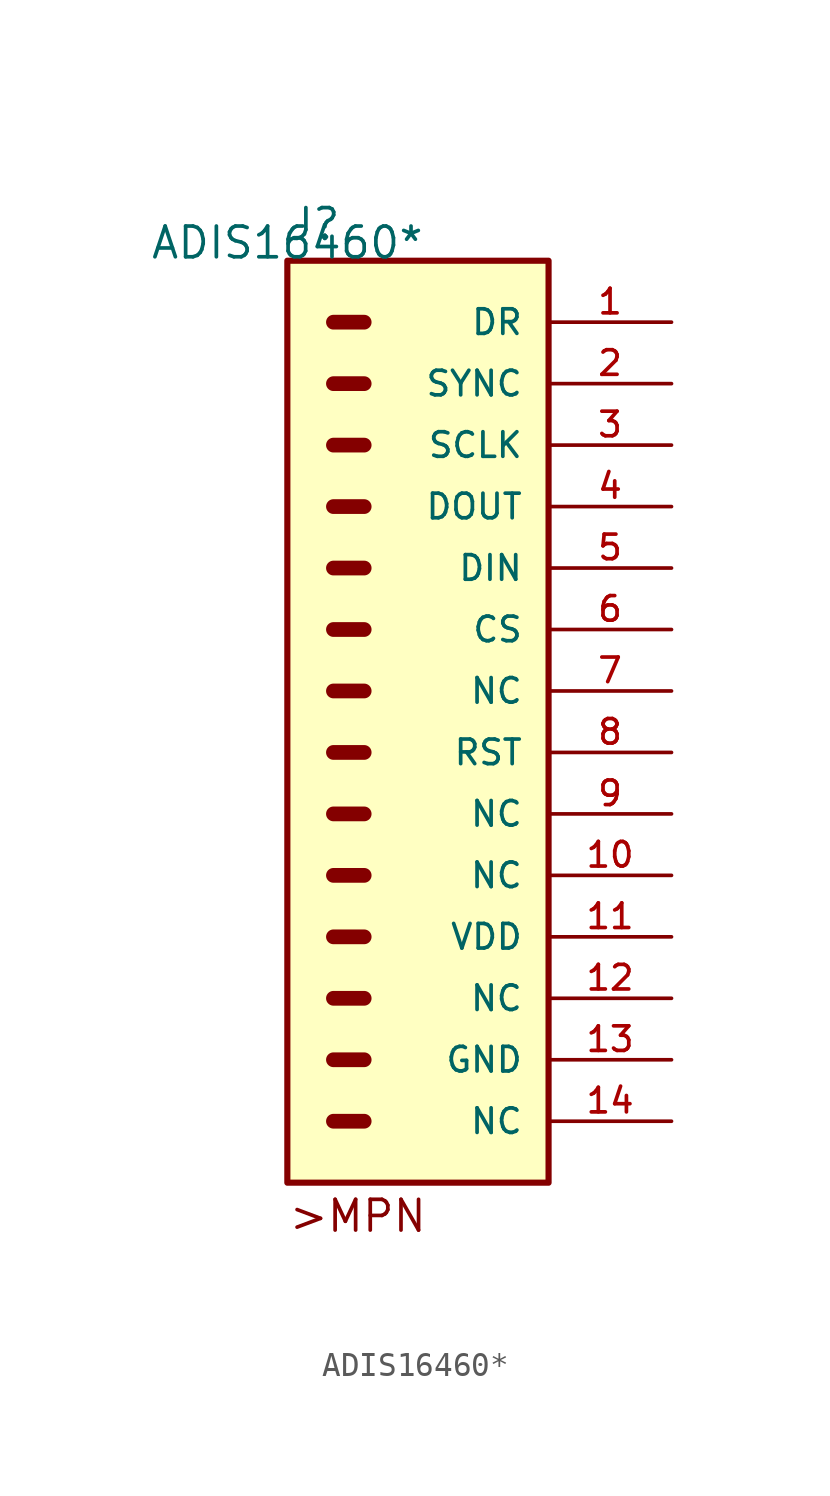
<source format=kicad_sym>
(kicad_symbol_lib
  (version 20220914)
  (generator kicad_symbol_editor)
  (symbol "ADIS16460*"
    (pin_names
      (offset 1.016))
    (property "Reference" "J"
      (at 0 0.762 0)
      (effects (font (size 1.27 1.27)) (justify left bottom)))
    (property "Value" "ADIS16460*"
      (at 0 0 0)
      (effects (font (size 1.27 1.27)) (justify bottom)))
    (symbol "ADIS16460*_0_0"
      (polyline (pts (xy 1.905 -35.56) (xy 3.175 -35.56)) (stroke (width 0.61) (type default)) (fill (type none)))
      (polyline (pts (xy 1.905 -33.02) (xy 3.175 -33.02)) (stroke (width 0.61) (type default)) (fill (type none)))
      (polyline (pts (xy 1.905 -30.48) (xy 3.175 -30.48)) (stroke (width 0.61) (type default)) (fill (type none)))
      (polyline (pts (xy 1.905 -27.94) (xy 3.175 -27.94)) (stroke (width 0.61) (type default)) (fill (type none)))
      (polyline (pts (xy 1.905 -25.4) (xy 3.175 -25.4)) (stroke (width 0.61) (type default)) (fill (type none)))
      (polyline (pts (xy 1.905 -22.86) (xy 3.175 -22.86)) (stroke (width 0.61) (type default)) (fill (type none)))
      (polyline (pts (xy 1.905 -20.32) (xy 3.175 -20.32)) (stroke (width 0.61) (type default)) (fill (type none)))
      (polyline (pts (xy 1.905 -17.78) (xy 3.175 -17.78)) (stroke (width 0.61) (type default)) (fill (type none)))
      (polyline (pts (xy 1.905 -15.24) (xy 3.175 -15.24)) (stroke (width 0.61) (type default)) (fill (type none)))
      (polyline (pts (xy 1.905 -12.7) (xy 3.175 -12.7)) (stroke (width 0.61) (type default)) (fill (type none)))
      (polyline (pts (xy 1.905 -10.16) (xy 3.175 -10.16)) (stroke (width 0.61) (type default)) (fill (type none)))
      (polyline (pts (xy 1.905 -7.62) (xy 3.175 -7.62)) (stroke (width 0.61) (type default)) (fill (type none)))
      (polyline (pts (xy 1.905 -5.08) (xy 3.175 -5.08)) (stroke (width 0.61) (type default)) (fill (type none)))
      (polyline (pts (xy 1.905 -2.54) (xy 3.175 -2.54)) (stroke (width 0.61) (type default)) (fill (type none)))
      (rectangle (start 0 0) (end 10.795 -38.1) (stroke (width 0.254) (type default)) (fill (type background)))
      (text ">MPN" (at 0 -38.735 0) (effects (font (size 1.27 1.27)) (justify left top))))
    (symbol "ADIS16460*_1_0"
      (pin passive line (at 15.875 -2.54 180) (length 5.08) (name "DR" (effects (font (size 1.016 1.016)))) (number "1" (effects (font (size 1.016 1.016)))))
      (pin passive line (at 15.875 -25.4 180) (length 5.08) (name "NC" (effects (font (size 1.016 1.016)))) (number "10" (effects (font (size 1.016 1.016)))))
      (pin passive line (at 15.875 -27.94 180) (length 5.08) (name "VDD" (effects (font (size 1.016 1.016)))) (number "11" (effects (font (size 1.016 1.016)))))
      (pin passive line (at 15.875 -30.48 180) (length 5.08) (name "NC" (effects (font (size 1.016 1.016)))) (number "12" (effects (font (size 1.016 1.016)))))
      (pin passive line (at 15.875 -33.02 180) (length 5.08) (name "GND" (effects (font (size 1.016 1.016)))) (number "13" (effects (font (size 1.016 1.016)))))
      (pin passive line (at 15.875 -35.56 180) (length 5.08) (name "NC" (effects (font (size 1.016 1.016)))) (number "14" (effects (font (size 1.016 1.016)))))
      (pin passive line (at 15.875 -5.08 180) (length 5.08) (name "SYNC" (effects (font (size 1.016 1.016)))) (number "2" (effects (font (size 1.016 1.016)))))
      (pin passive line (at 15.875 -7.62 180) (length 5.08) (name "SCLK" (effects (font (size 1.016 1.016)))) (number "3" (effects (font (size 1.016 1.016)))))
      (pin passive line (at 15.875 -10.16 180) (length 5.08) (name "DOUT" (effects (font (size 1.016 1.016)))) (number "4" (effects (font (size 1.016 1.016)))))
      (pin passive line (at 15.875 -12.7 180) (length 5.08) (name "DIN" (effects (font (size 1.016 1.016)))) (number "5" (effects (font (size 1.016 1.016)))))
      (pin passive line (at 15.875 -15.24 180) (length 5.08) (name "CS" (effects (font (size 1.016 1.016)))) (number "6" (effects (font (size 1.016 1.016)))))
      (pin passive line (at 15.875 -17.78 180) (length 5.08) (name "NC" (effects (font (size 1.016 1.016)))) (number "7" (effects (font (size 1.016 1.016)))))
      (pin passive line (at 15.875 -20.32 180) (length 5.08) (name "RST" (effects (font (size 1.016 1.016)))) (number "8" (effects (font (size 1.016 1.016)))))
      (pin passive line (at 15.875 -22.86 180) (length 5.08) (name "NC" (effects (font (size 1.016 1.016)))) (number "9" (effects (font (size 1.016 1.016))))))))
</source>
